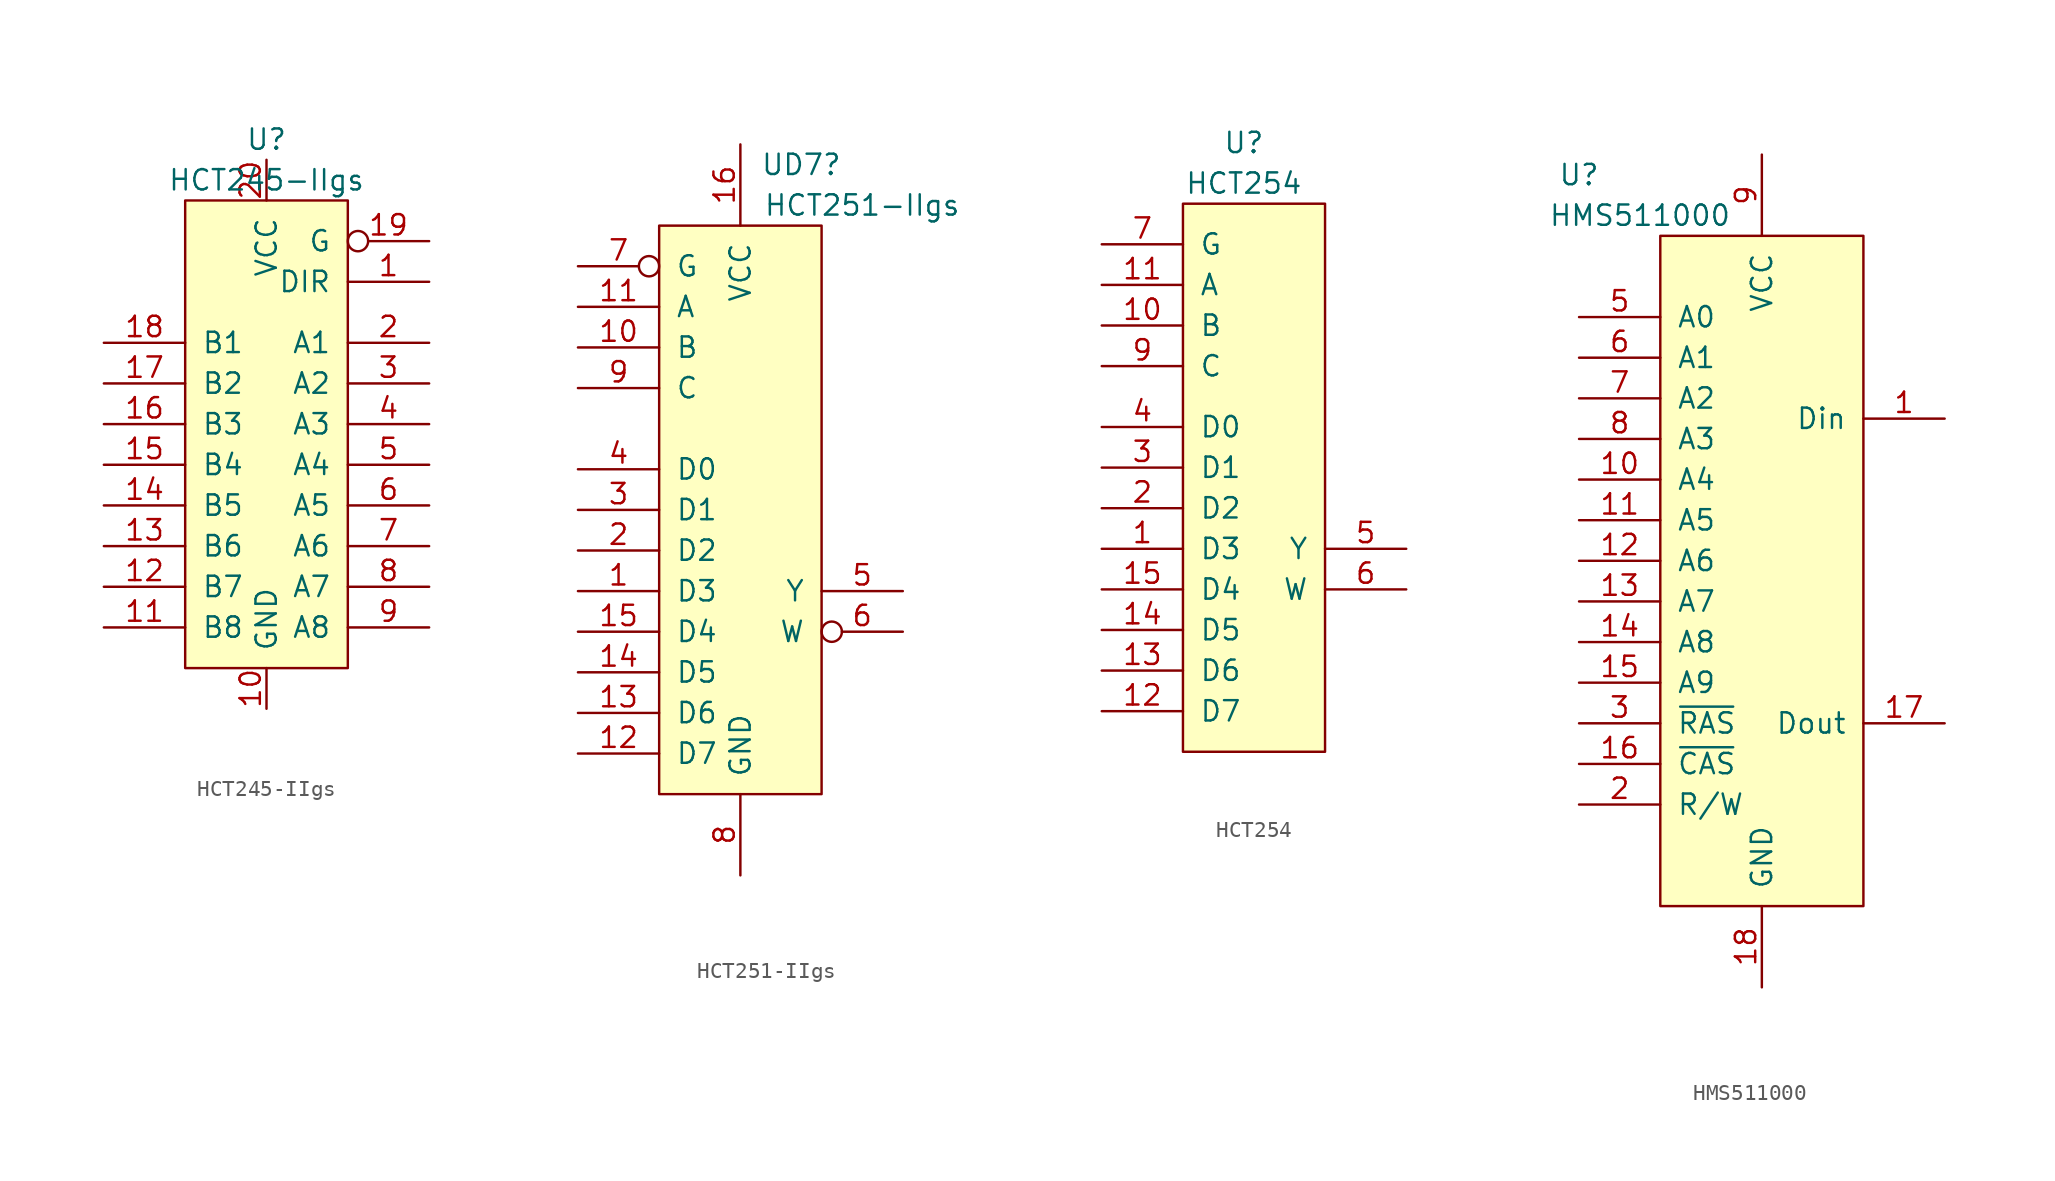
<source format=kicad_sym>
(kicad_symbol_lib
  (version 20211014)
  (generator kicad_symbol_editor)
  (symbol "HCT245-IIgs"
    (pin_names
      (offset 1.016))
    (property "Reference" "U"
      (at 0 19.05 0)
      (effects (font (size 1.27 1.27))))
    (property "Value" "HCT245-IIgs"
      (at 0 16.51 0)
      (effects (font (size 1.27 1.27))))
    (symbol "HCT245-IIgs_1_0"
      (rectangle (start -5.08 15.24) (end 5.08 -13.97) (stroke (width 0) (type default) (color 0 0 0 0)) (fill (type background))))
    (symbol "HCT245-IIgs_1_1"
      (pin input line (at 10.16 10.16 180) (length 5.08) (name "DIR" (effects (font (size 1.27 1.27)))) (number "1" (effects (font (size 1.27 1.27)))))
      (pin power_in line (at 0 -16.51 90) (length 2.54) (name "GND" (effects (font (size 1.27 1.27)))) (number "10" (effects (font (size 1.27 1.27)))))
      (pin bidirectional line (at -10.16 -11.43 0) (length 5.08) (name "B8" (effects (font (size 1.27 1.27)))) (number "11" (effects (font (size 1.27 1.27)))))
      (pin bidirectional line (at -10.16 -8.89 0) (length 5.08) (name "B7" (effects (font (size 1.27 1.27)))) (number "12" (effects (font (size 1.27 1.27)))))
      (pin bidirectional line (at -10.16 -6.35 0) (length 5.08) (name "B6" (effects (font (size 1.27 1.27)))) (number "13" (effects (font (size 1.27 1.27)))))
      (pin bidirectional line (at -10.16 -3.81 0) (length 5.08) (name "B5" (effects (font (size 1.27 1.27)))) (number "14" (effects (font (size 1.27 1.27)))))
      (pin bidirectional line (at -10.16 -1.27 0) (length 5.08) (name "B4" (effects (font (size 1.27 1.27)))) (number "15" (effects (font (size 1.27 1.27)))))
      (pin bidirectional line (at -10.16 1.27 0) (length 5.08) (name "B3" (effects (font (size 1.27 1.27)))) (number "16" (effects (font (size 1.27 1.27)))))
      (pin bidirectional line (at -10.16 3.81 0) (length 5.08) (name "B2" (effects (font (size 1.27 1.27)))) (number "17" (effects (font (size 1.27 1.27)))))
      (pin bidirectional line (at -10.16 6.35 0) (length 5.08) (name "B1" (effects (font (size 1.27 1.27)))) (number "18" (effects (font (size 1.27 1.27)))))
      (pin input inverted (at 10.16 12.7 180) (length 5.08) (name "G" (effects (font (size 1.27 1.27)))) (number "19" (effects (font (size 1.27 1.27)))))
      (pin bidirectional line (at 10.16 6.35 180) (length 5.08) (name "A1" (effects (font (size 1.27 1.27)))) (number "2" (effects (font (size 1.27 1.27)))))
      (pin power_in line (at 0 17.78 270) (length 2.54) (name "VCC" (effects (font (size 1.27 1.27)))) (number "20" (effects (font (size 1.27 1.27)))))
      (pin bidirectional line (at 10.16 3.81 180) (length 5.08) (name "A2" (effects (font (size 1.27 1.27)))) (number "3" (effects (font (size 1.27 1.27)))))
      (pin bidirectional line (at 10.16 1.27 180) (length 5.08) (name "A3" (effects (font (size 1.27 1.27)))) (number "4" (effects (font (size 1.27 1.27)))))
      (pin bidirectional line (at 10.16 -1.27 180) (length 5.08) (name "A4" (effects (font (size 1.27 1.27)))) (number "5" (effects (font (size 1.27 1.27)))))
      (pin bidirectional line (at 10.16 -3.81 180) (length 5.08) (name "A5" (effects (font (size 1.27 1.27)))) (number "6" (effects (font (size 1.27 1.27)))))
      (pin bidirectional line (at 10.16 -6.35 180) (length 5.08) (name "A6" (effects (font (size 1.27 1.27)))) (number "7" (effects (font (size 1.27 1.27)))))
      (pin bidirectional line (at 10.16 -8.89 180) (length 5.08) (name "A7" (effects (font (size 1.27 1.27)))) (number "8" (effects (font (size 1.27 1.27)))))
      (pin bidirectional line (at 10.16 -11.43 180) (length 5.08) (name "A8" (effects (font (size 1.27 1.27)))) (number "9" (effects (font (size 1.27 1.27)))))))
  (symbol "HCT251-IIgs"
    (pin_names
      (offset 1.016))
    (property "Reference" "UD7"
      (at 3.81 24.13 0)
      (effects (font (size 1.27 1.27))))
    (property "Value" "HCT251-IIgs"
      (at 7.62 21.59 0)
      (effects (font (size 1.27 1.27))))
    (symbol "HCT251-IIgs_0_1"
      (rectangle (start -5.08 20.32) (end 5.08 -15.24) (stroke (width 0) (type default) (color 0 0 0 0)) (fill (type background))))
    (symbol "HCT251-IIgs_1_1"
      (pin input line (at -10.16 -2.54 0) (length 5.08) (name "D3" (effects (font (size 1.27 1.27)))) (number "1" (effects (font (size 1.27 1.27)))))
      (pin input line (at -10.16 12.7 0) (length 5.08) (name "B" (effects (font (size 1.27 1.27)))) (number "10" (effects (font (size 1.27 1.27)))))
      (pin input line (at -10.16 15.24 0) (length 5.08) (name "A" (effects (font (size 1.27 1.27)))) (number "11" (effects (font (size 1.27 1.27)))))
      (pin input line (at -10.16 -12.7 0) (length 5.08) (name "D7" (effects (font (size 1.27 1.27)))) (number "12" (effects (font (size 1.27 1.27)))))
      (pin input line (at -10.16 -10.16 0) (length 5.08) (name "D6" (effects (font (size 1.27 1.27)))) (number "13" (effects (font (size 1.27 1.27)))))
      (pin input line (at -10.16 -7.62 0) (length 5.08) (name "D5" (effects (font (size 1.27 1.27)))) (number "14" (effects (font (size 1.27 1.27)))))
      (pin input line (at -10.16 -5.08 0) (length 5.08) (name "D4" (effects (font (size 1.27 1.27)))) (number "15" (effects (font (size 1.27 1.27)))))
      (pin power_in line (at 0 25.4 270) (length 5.08) (name "VCC" (effects (font (size 1.27 1.27)))) (number "16" (effects (font (size 1.27 1.27)))))
      (pin input line (at -10.16 0 0) (length 5.08) (name "D2" (effects (font (size 1.27 1.27)))) (number "2" (effects (font (size 1.27 1.27)))))
      (pin input line (at -10.16 2.54 0) (length 5.08) (name "D1" (effects (font (size 1.27 1.27)))) (number "3" (effects (font (size 1.27 1.27)))))
      (pin input line (at -10.16 5.08 0) (length 5.08) (name "D0" (effects (font (size 1.27 1.27)))) (number "4" (effects (font (size 1.27 1.27)))))
      (pin output line (at 10.16 -2.54 180) (length 5.08) (name "Y" (effects (font (size 1.27 1.27)))) (number "5" (effects (font (size 1.27 1.27)))))
      (pin output inverted (at 10.16 -5.08 180) (length 5.08) (name "W" (effects (font (size 1.27 1.27)))) (number "6" (effects (font (size 1.27 1.27)))))
      (pin input inverted (at -10.16 17.78 0) (length 5.08) (name "G" (effects (font (size 1.27 1.27)))) (number "7" (effects (font (size 1.27 1.27)))))
      (pin power_in line (at 0 -20.32 90) (length 5.08) (name "GND" (effects (font (size 1.27 1.27)))) (number "8" (effects (font (size 1.27 1.27)))))
      (pin input line (at -10.16 10.16 0) (length 5.08) (name "C" (effects (font (size 1.27 1.27)))) (number "9" (effects (font (size 1.27 1.27)))))))
  (symbol "HCT254"
    (pin_names
      (offset 1.016))
    (property "Reference" "U"
      (at 0 21.59 0)
      (effects (font (size 1.27 1.27))))
    (property "Value" "HCT254"
      (at 0 19.05 0)
      (effects (font (size 1.27 1.27))))
    (symbol "HCT254_0_1"
      (rectangle (start -3.81 17.78) (end 5.08 -16.51) (stroke (width 0) (type default) (color 0 0 0 0)) (fill (type background))))
    (symbol "HCT254_1_1"
      (pin input line (at -8.89 -3.81 0) (length 5.08) (name "D3" (effects (font (size 1.27 1.27)))) (number "1" (effects (font (size 1.27 1.27)))))
      (pin input line (at -8.89 10.16 0) (length 5.08) (name "B" (effects (font (size 1.27 1.27)))) (number "10" (effects (font (size 1.27 1.27)))))
      (pin input line (at -8.89 12.7 0) (length 5.08) (name "A" (effects (font (size 1.27 1.27)))) (number "11" (effects (font (size 1.27 1.27)))))
      (pin input line (at -8.89 -13.97 0) (length 5.08) (name "D7" (effects (font (size 1.27 1.27)))) (number "12" (effects (font (size 1.27 1.27)))))
      (pin input line (at -8.89 -11.43 0) (length 5.08) (name "D6" (effects (font (size 1.27 1.27)))) (number "13" (effects (font (size 1.27 1.27)))))
      (pin input line (at -8.89 -8.89 0) (length 5.08) (name "D5" (effects (font (size 1.27 1.27)))) (number "14" (effects (font (size 1.27 1.27)))))
      (pin input line (at -8.89 -6.35 0) (length 5.08) (name "D4" (effects (font (size 1.27 1.27)))) (number "15" (effects (font (size 1.27 1.27)))))
      (pin input line (at -8.89 -1.27 0) (length 5.08) (name "D2" (effects (font (size 1.27 1.27)))) (number "2" (effects (font (size 1.27 1.27)))))
      (pin input line (at -8.89 1.27 0) (length 5.08) (name "D1" (effects (font (size 1.27 1.27)))) (number "3" (effects (font (size 1.27 1.27)))))
      (pin input line (at -8.89 3.81 0) (length 5.08) (name "D0" (effects (font (size 1.27 1.27)))) (number "4" (effects (font (size 1.27 1.27)))))
      (pin input line (at 10.16 -3.81 180) (length 5.08) (name "Y" (effects (font (size 1.27 1.27)))) (number "5" (effects (font (size 1.27 1.27)))))
      (pin input line (at 10.16 -6.35 180) (length 5.08) (name "W" (effects (font (size 1.27 1.27)))) (number "6" (effects (font (size 1.27 1.27)))))
      (pin input line (at -8.89 15.24 0) (length 5.08) (name "G" (effects (font (size 1.27 1.27)))) (number "7" (effects (font (size 1.27 1.27)))))
      (pin input line (at -8.89 7.62 0) (length 5.08) (name "C" (effects (font (size 1.27 1.27)))) (number "9" (effects (font (size 1.27 1.27)))))))
  (symbol "HMS511000"
    (pin_names
      (offset 1.016))
    (property "Reference" "U"
      (at -11.43 24.13 0)
      (effects (font (size 1.27 1.27))))
    (property "Value" "HMS511000"
      (at -7.62 21.59 0)
      (effects (font (size 1.27 1.27))))
    (symbol "HMS511000_0_0"
      (rectangle (start -6.35 20.32) (end 6.35 -21.59) (stroke (width 0) (type default) (color 0 0 0 0)) (fill (type background))))
    (symbol "HMS511000_1_1"
      (pin input line (at 11.43 8.89 180) (length 5.08) (name "Din" (effects (font (size 1.27 1.27)))) (number "1" (effects (font (size 1.27 1.27)))))
      (pin input line (at -11.43 5.08 0) (length 5.08) (name "A4" (effects (font (size 1.27 1.27)))) (number "10" (effects (font (size 1.27 1.27)))))
      (pin input line (at -11.43 2.54 0) (length 5.08) (name "A5" (effects (font (size 1.27 1.27)))) (number "11" (effects (font (size 1.27 1.27)))))
      (pin input line (at -11.43 0 0) (length 5.08) (name "A6" (effects (font (size 1.27 1.27)))) (number "12" (effects (font (size 1.27 1.27)))))
      (pin input line (at -11.43 -2.54 0) (length 5.08) (name "A7" (effects (font (size 1.27 1.27)))) (number "13" (effects (font (size 1.27 1.27)))))
      (pin input line (at -11.43 -5.08 0) (length 5.08) (name "A8" (effects (font (size 1.27 1.27)))) (number "14" (effects (font (size 1.27 1.27)))))
      (pin input line (at -11.43 -7.62 0) (length 5.08) (name "A9" (effects (font (size 1.27 1.27)))) (number "15" (effects (font (size 1.27 1.27)))))
      (pin input line (at -11.43 -12.7 0) (length 5.08) (name "~{CAS}" (effects (font (size 1.27 1.27)))) (number "16" (effects (font (size 1.27 1.27)))))
      (pin input line (at 11.43 -10.16 180) (length 5.08) (name "Dout" (effects (font (size 1.27 1.27)))) (number "17" (effects (font (size 1.27 1.27)))))
      (pin input line (at 0 -26.67 90) (length 5.08) (name "GND" (effects (font (size 1.27 1.27)))) (number "18" (effects (font (size 1.27 1.27)))))
      (pin input line (at -11.43 -15.24 0) (length 5.08) (name "R/W" (effects (font (size 1.27 1.27)))) (number "2" (effects (font (size 1.27 1.27)))))
      (pin input line (at -11.43 -10.16 0) (length 5.08) (name "~{RAS}" (effects (font (size 1.27 1.27)))) (number "3" (effects (font (size 1.27 1.27)))))
      (pin input line (at -11.43 15.24 0) (length 5.08) (name "A0" (effects (font (size 1.27 1.27)))) (number "5" (effects (font (size 1.27 1.27)))))
      (pin input line (at -11.43 12.7 0) (length 5.08) (name "A1" (effects (font (size 1.27 1.27)))) (number "6" (effects (font (size 1.27 1.27)))))
      (pin input line (at -11.43 10.16 0) (length 5.08) (name "A2" (effects (font (size 1.27 1.27)))) (number "7" (effects (font (size 1.27 1.27)))))
      (pin input line (at -11.43 7.62 0) (length 5.08) (name "A3" (effects (font (size 1.27 1.27)))) (number "8" (effects (font (size 1.27 1.27)))))
      (pin input line (at 0 25.4 270) (length 5.08) (name "VCC" (effects (font (size 1.27 1.27)))) (number "9" (effects (font (size 1.27 1.27))))))))
</source>
